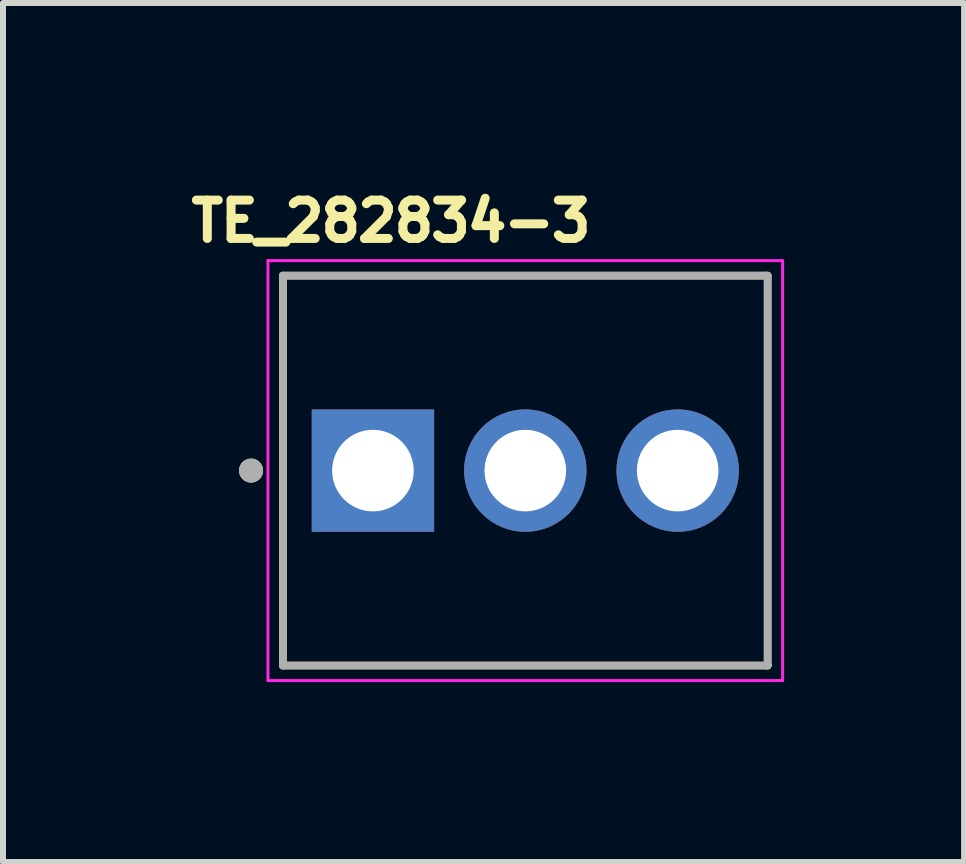
<source format=kicad_pcb>
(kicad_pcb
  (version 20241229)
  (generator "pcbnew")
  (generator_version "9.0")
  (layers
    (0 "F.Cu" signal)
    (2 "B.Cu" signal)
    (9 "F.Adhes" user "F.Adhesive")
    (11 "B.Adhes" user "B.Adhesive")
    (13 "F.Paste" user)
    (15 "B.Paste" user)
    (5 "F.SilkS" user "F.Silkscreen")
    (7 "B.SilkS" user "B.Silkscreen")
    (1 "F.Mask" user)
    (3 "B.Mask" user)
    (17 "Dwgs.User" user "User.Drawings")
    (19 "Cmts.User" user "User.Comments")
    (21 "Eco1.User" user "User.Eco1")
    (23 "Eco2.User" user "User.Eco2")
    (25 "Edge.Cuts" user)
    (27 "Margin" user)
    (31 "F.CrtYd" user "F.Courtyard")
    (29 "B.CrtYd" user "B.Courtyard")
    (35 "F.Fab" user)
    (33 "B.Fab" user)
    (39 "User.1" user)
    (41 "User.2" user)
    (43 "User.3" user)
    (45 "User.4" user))
  (footprint "TE_282834-3"
    (layer "F.Cu")
    (at 3.167 4.795)
    (property "Reference" "TE_282834-3" (at 0.302 -4.158 0) (layer "F.SilkS") (effects (font (size 0.64 0.64) (thickness 0.15))))
    (attr through_hole)
    (fp_line (start -1.5 -3.25) (end 6.58 -3.25) (stroke (width 0.127) (type solid)) (layer "F.SilkS"))
    (fp_line (start -1.5 3.25) (end -1.5 -3.25) (stroke (width 0.127) (type solid)) (layer "F.SilkS"))
    (fp_line (start 6.58 -3.25) (end 6.58 3.25) (stroke (width 0.127) (type solid)) (layer "F.SilkS"))
    (fp_line (start 6.58 3.25) (end -1.5 3.25) (stroke (width 0.127) (type solid)) (layer "F.SilkS"))
    (fp_circle (center -2.032 0) (end -1.932 0) (stroke (width 0.2) (type solid)) (fill no) (layer "F.SilkS"))
    (fp_line (start -1.75 -3.5) (end 6.83 -3.5) (stroke (width 0.05) (type solid)) (layer "F.CrtYd"))
    (fp_line (start -1.75 3.5) (end -1.75 -3.5) (stroke (width 0.05) (type solid)) (layer "F.CrtYd"))
    (fp_line (start 6.83 -3.5) (end 6.83 3.5) (stroke (width 0.05) (type solid)) (layer "F.CrtYd"))
    (fp_line (start 6.83 3.5) (end -1.75 3.5) (stroke (width 0.05) (type solid)) (layer "F.CrtYd"))
    (fp_line (start -1.5 -3.25) (end 6.58 -3.25) (stroke (width 0.127) (type solid)) (layer "F.Fab"))
    (fp_line (start -1.5 3.25) (end -1.5 -3.25) (stroke (width 0.127) (type solid)) (layer "F.Fab"))
    (fp_line (start 6.58 -3.25) (end 6.58 3.25) (stroke (width 0.127) (type solid)) (layer "F.Fab"))
    (fp_line (start 6.58 3.25) (end -1.5 3.25) (stroke (width 0.127) (type solid)) (layer "F.Fab"))
    (fp_circle (center -2.032 0) (end -1.932 0) (stroke (width 0.2) (type solid)) (fill no) (layer "F.Fab"))
    (pad "1" thru_hole rect (at 0 0) (size 2.04 2.04) (drill 1.36) (layers "*.Cu" "*.Mask"))
    (pad "2" thru_hole circle (at 2.54 0) (size 2.04 2.04) (drill 1.36) (layers "*.Cu" "*.Mask"))
    (pad "3" thru_hole circle (at 5.08 0) (size 2.04 2.04) (drill 1.36) (layers "*.Cu" "*.Mask")))
  (gr_rect
    (start -3 -3)
    (end 13.022 11.32)
    (stroke (width 0.1) (type default))
    (fill no)
    (layer "Edge.Cuts")))
</source>
